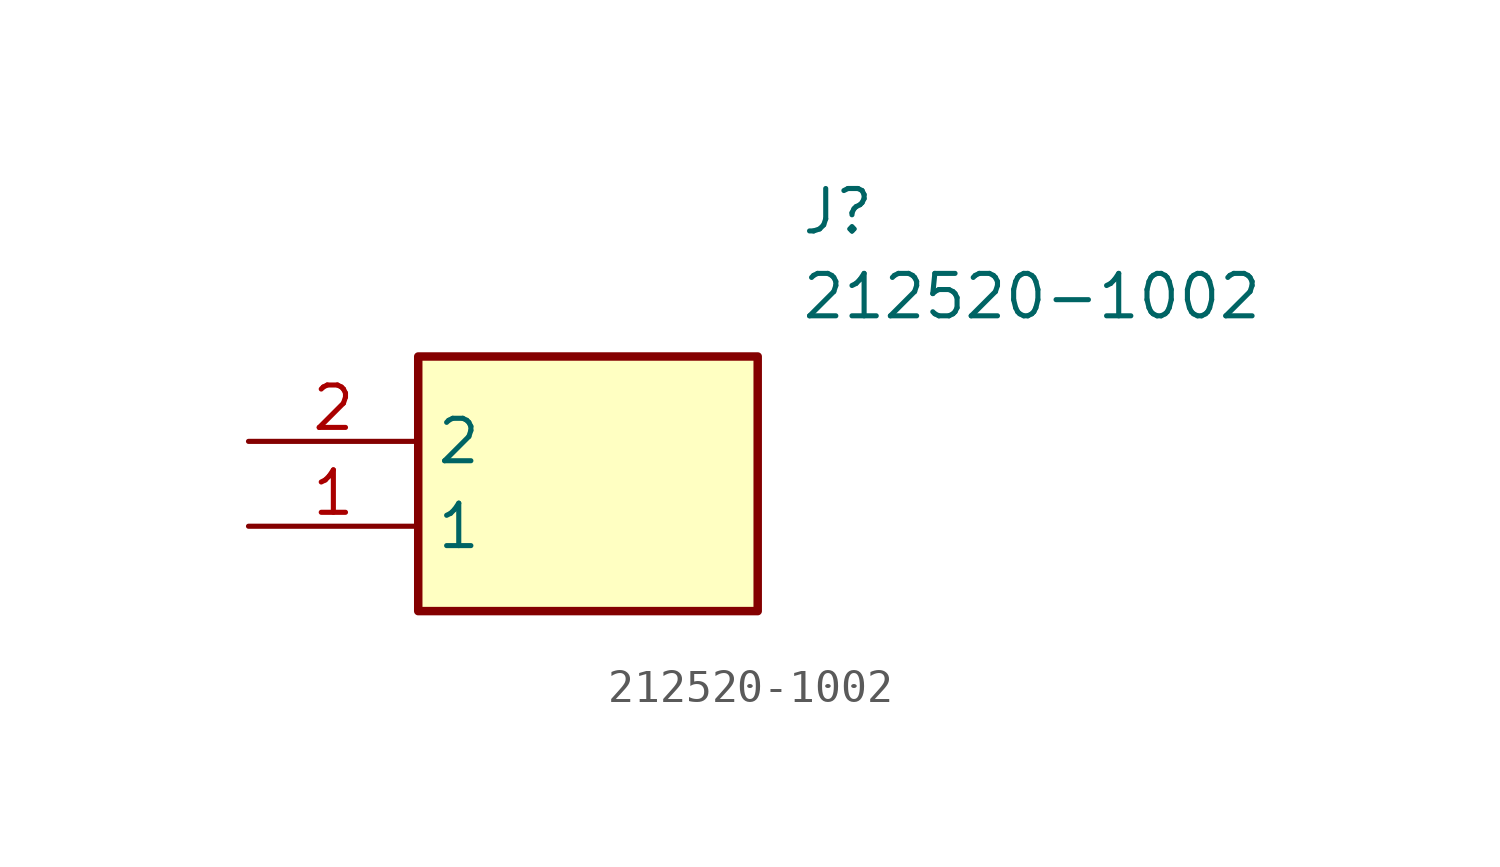
<source format=kicad_sym>
(kicad_symbol_lib
  (version 20211014)
  (generator SamacSys_ECAD_Model)
  (symbol "212520-1002"
    (property "Reference" "J"
      (at 16.51 7.62 0)
      (effects (font (size 1.27 1.27)) (justify left top)))
    (property "Value" "212520-1002"
      (at 16.51 5.08 0)
      (effects (font (size 1.27 1.27)) (justify left top)))
    (rectangle
      (start 5.08 2.54)
      (end 15.24 -5.08)
      (stroke (width 0.254) (type default))
      (fill (type background)))
    (pin passive line
      (at 0 -2.54 0)
      (length 5.08)
      (name "1" (effects (font (size 1.27 1.27))))
      (number "1" (effects (font (size 1.27 1.27)))))
    (pin passive line
      (at 0 0 0)
      (length 5.08)
      (name "2" (effects (font (size 1.27 1.27))))
      (number "2" (effects (font (size 1.27 1.27)))))))
</source>
